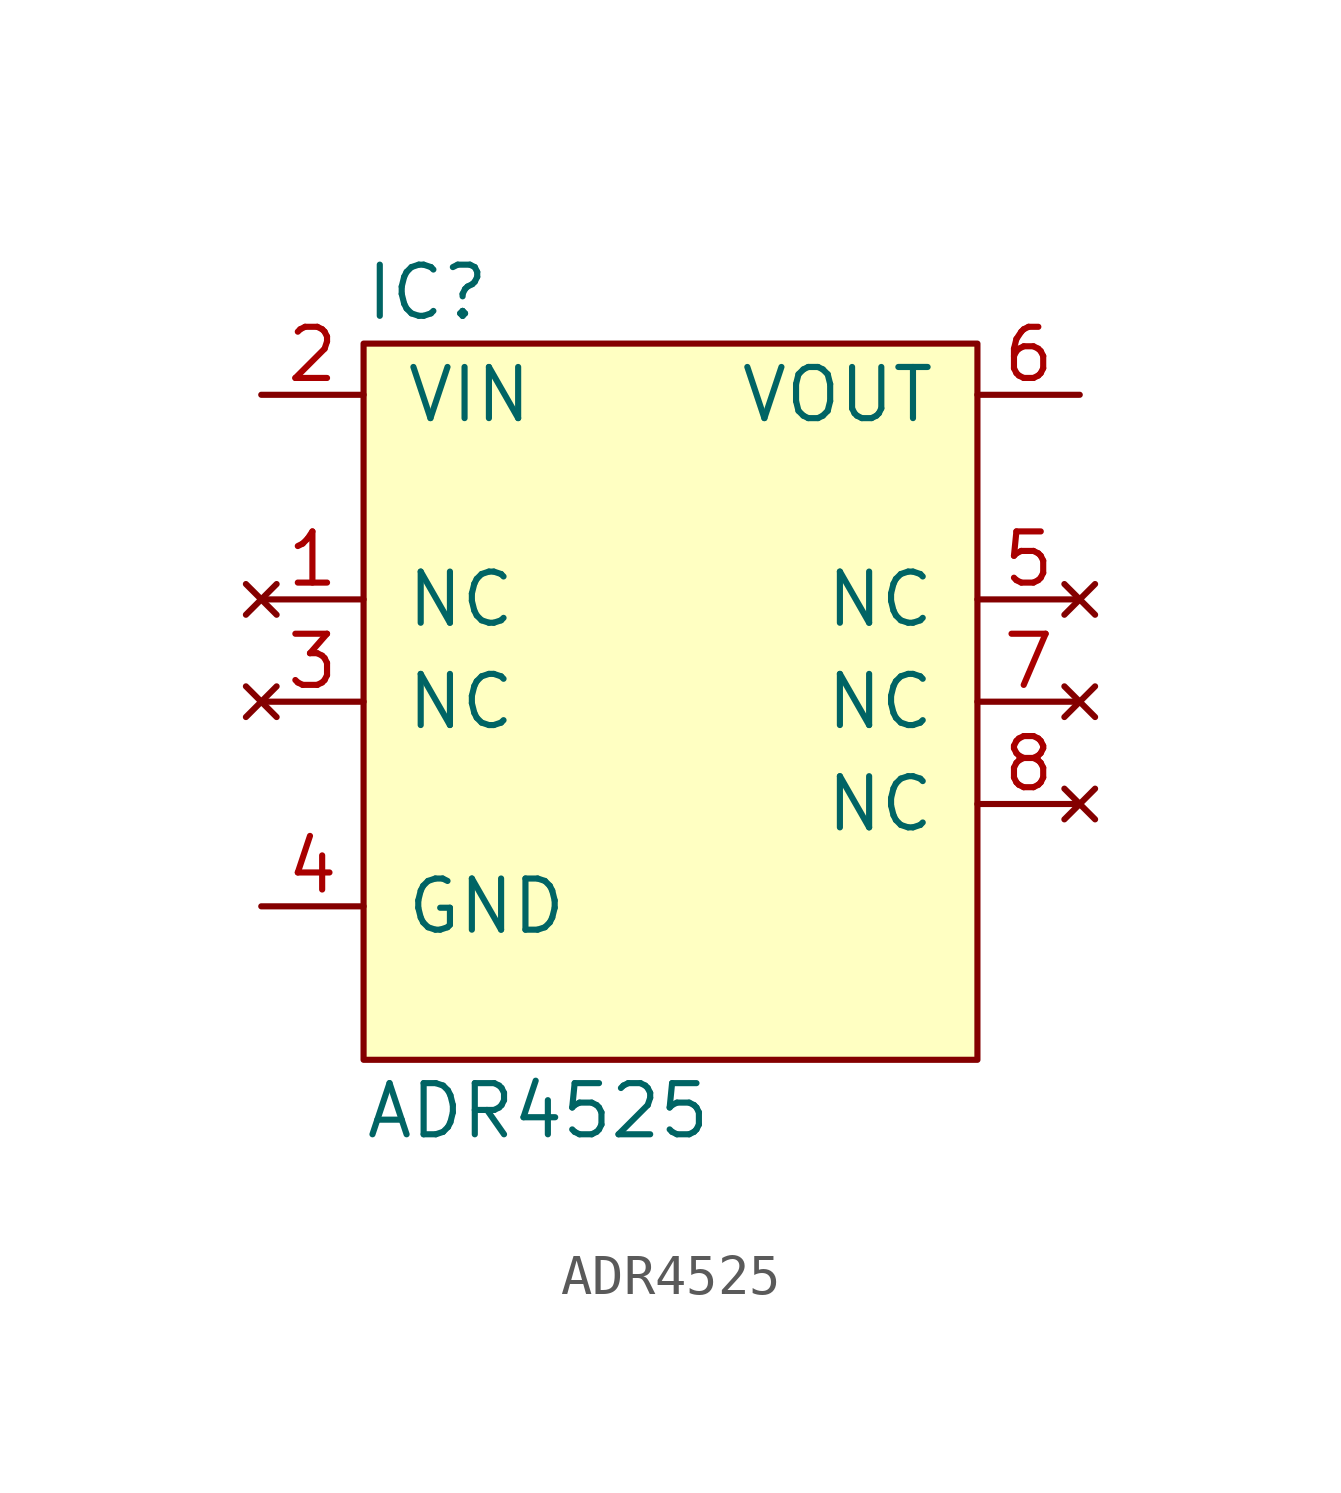
<source format=kicad_sym>
(kicad_symbol_lib
  (version 20211014)
  (generator agg_kicad.build_lib_ic)
  (symbol "ADR4525"
    (pin_names
      (offset 1.016))
    (property Reference IC
      (at -7.62 10.16 0)
      (effects (font (size 1.27 1.27)) (justify left)))
    (property Value "ADR4525"
      (at -7.62 -10.16 0)
      (effects (font (size 1.27 1.27)) (justify left)))
    (symbol "ADR4525_0_0"
      (rectangle (start -7.62 8.89) (end 7.62 -8.89) (stroke (width 0) (type default) (color 0 0 0 0)) (fill (type background)))
      (pin power_in line (at -10.16 7.62 0) (length 2.54) (name VIN (effects (font (size 1.27 1.27)))) (number "2" (effects (font (size 1.27 1.27)))))
      (pin no_connect line (at -10.16 2.54 0) (length 2.54) (name NC (effects (font (size 1.27 1.27)))) (number "1" (effects (font (size 1.27 1.27)))))
      (pin no_connect line (at -10.16 0 0) (length 2.54) (name NC (effects (font (size 1.27 1.27)))) (number "3" (effects (font (size 1.27 1.27)))))
      (pin power_in line (at -10.16 -5.08 0) (length 2.54) (name GND (effects (font (size 1.27 1.27)))) (number "4" (effects (font (size 1.27 1.27)))))
      (pin output line (at 10.16 7.62 180) (length 2.54) (name VOUT (effects (font (size 1.27 1.27)))) (number "6" (effects (font (size 1.27 1.27)))))
      (pin no_connect line (at 10.16 2.54 180) (length 2.54) (name NC (effects (font (size 1.27 1.27)))) (number "5" (effects (font (size 1.27 1.27)))))
      (pin no_connect line (at 10.16 0 180) (length 2.54) (name NC (effects (font (size 1.27 1.27)))) (number "7" (effects (font (size 1.27 1.27)))))
      (pin no_connect line (at 10.16 -2.54 180) (length 2.54) (name NC (effects (font (size 1.27 1.27)))) (number "8" (effects (font (size 1.27 1.27))))))))
</source>
